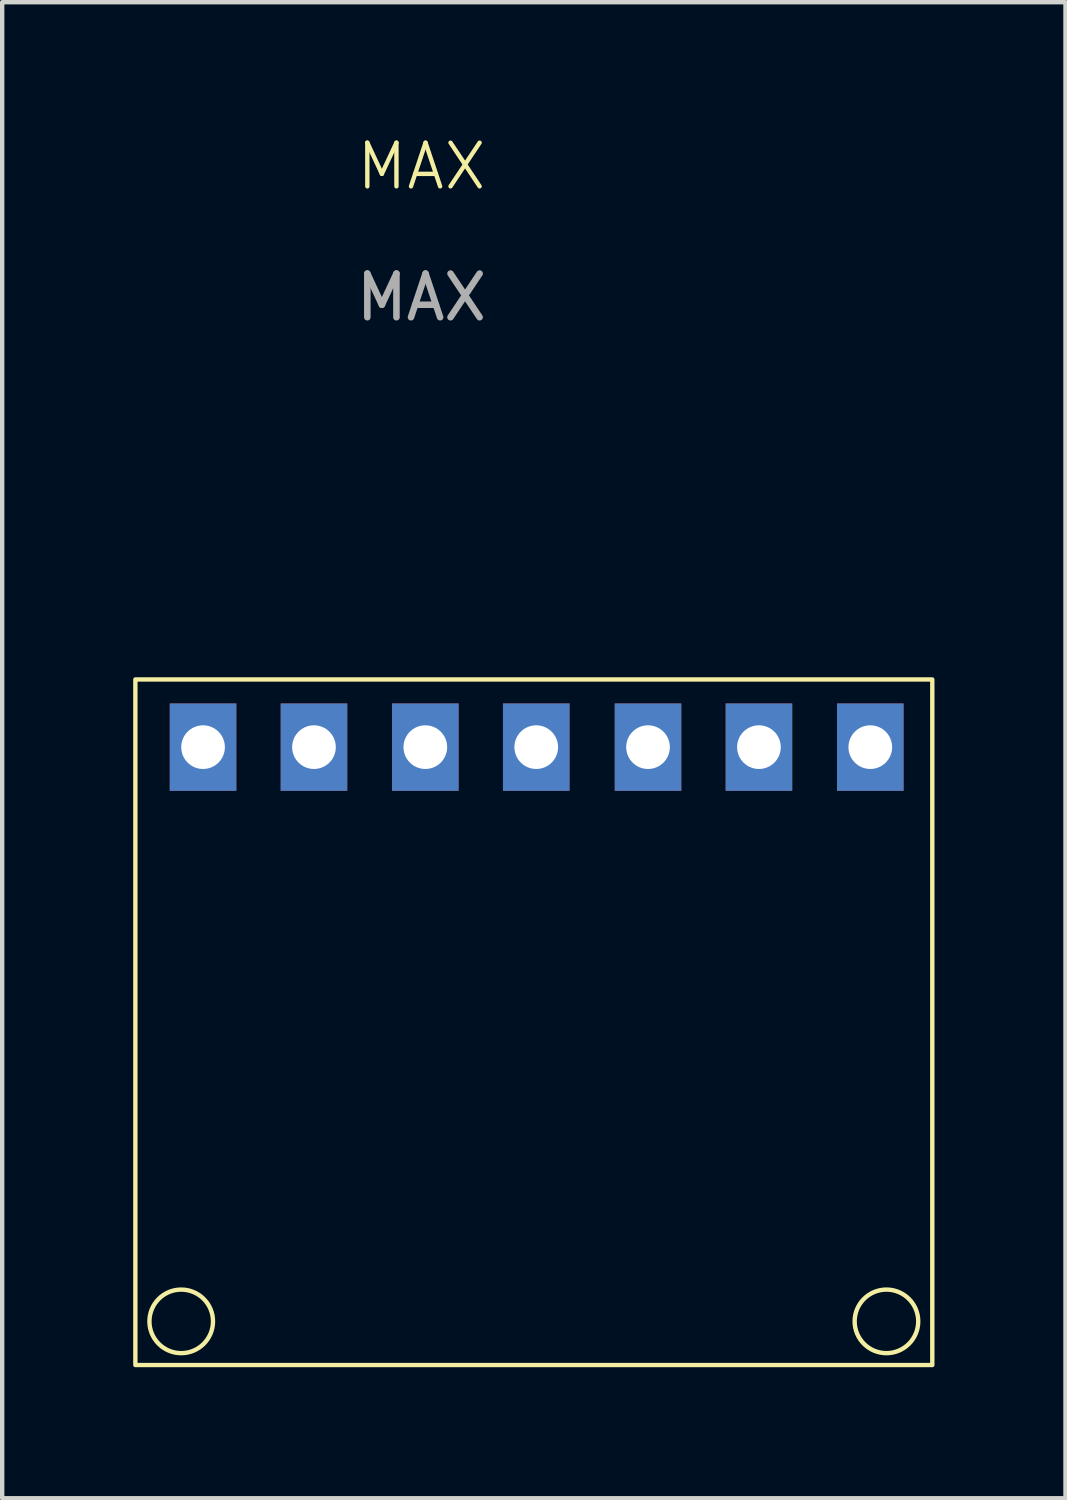
<source format=kicad_pcb>
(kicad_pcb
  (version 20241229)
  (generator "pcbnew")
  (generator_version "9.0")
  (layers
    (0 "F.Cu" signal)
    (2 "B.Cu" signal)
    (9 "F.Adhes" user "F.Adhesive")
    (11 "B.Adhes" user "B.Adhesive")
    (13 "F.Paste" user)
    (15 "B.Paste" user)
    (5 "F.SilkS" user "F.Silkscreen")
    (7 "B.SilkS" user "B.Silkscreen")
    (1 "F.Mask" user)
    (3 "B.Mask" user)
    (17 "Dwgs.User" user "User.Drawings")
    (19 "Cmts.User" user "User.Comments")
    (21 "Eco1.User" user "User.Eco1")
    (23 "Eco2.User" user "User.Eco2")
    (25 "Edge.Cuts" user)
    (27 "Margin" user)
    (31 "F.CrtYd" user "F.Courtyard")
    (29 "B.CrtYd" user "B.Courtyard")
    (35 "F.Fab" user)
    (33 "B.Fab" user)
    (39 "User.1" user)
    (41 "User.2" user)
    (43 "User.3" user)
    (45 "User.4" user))
  (footprint "MAX"
    (layer "F.Cu")
    (at 6.6 17.66)
    (property "Reference" "MAX" (at 0 -16.9 0) (unlocked yes) (layer "F.SilkS") (effects (font (size 1 1) (thickness 0.1))))
    (attr through_hole)
    (fp_rect (start -6.55 -5.15) (end 11.7 10.55) (stroke (width 0.1) (type default)) (fill no) (layer "F.SilkS"))
    (fp_circle (center -5.5 9.55) (end -5.3 8.85) (stroke (width 0.1) (type default)) (fill no) (layer "F.SilkS"))
    (fp_circle (center 10.65 9.55) (end 10.85 8.85) (stroke (width 0.1) (type default)) (fill no) (layer "F.SilkS"))
    (fp_text user "${REFERENCE}" (at 0 -13.9 0) (unlocked yes) (layer "F.Fab") (effects (font (size 1 1) (thickness 0.15))))
    (pad "" thru_hole rect (at -2.46 -3.6) (size 1.524 2) (drill 1) (layers "*.Cu" "*.Mask"))
    (pad "" thru_hole rect (at 0.09 -3.6) (size 1.524 2) (drill 1) (layers "*.Cu" "*.Mask"))
    (pad "" thru_hole rect (at 2.63 -3.6) (size 1.524 2) (drill 1) (layers "*.Cu" "*.Mask"))
    (pad "1" thru_hole rect (at 10.28 -3.6) (size 1.524 2) (drill 1) (layers "*.Cu" "*.Mask"))
    (pad "2" thru_hole rect (at 7.73 -3.6) (size 1.524 2) (drill 1) (layers "*.Cu" "*.Mask"))
    (pad "3" thru_hole rect (at 5.19 -3.6) (size 1.524 2) (drill 1) (layers "*.Cu" "*.Mask"))
    (pad "4" thru_hole rect (at -5 -3.6) (size 1.524 2) (drill 1) (layers "*.Cu" "*.Mask")))
  (gr_rect
    (start -3 -3)
    (end 21.35 31.261)
    (stroke (width 0.1) (type default))
    (fill no)
    (layer "Edge.Cuts")))
</source>
